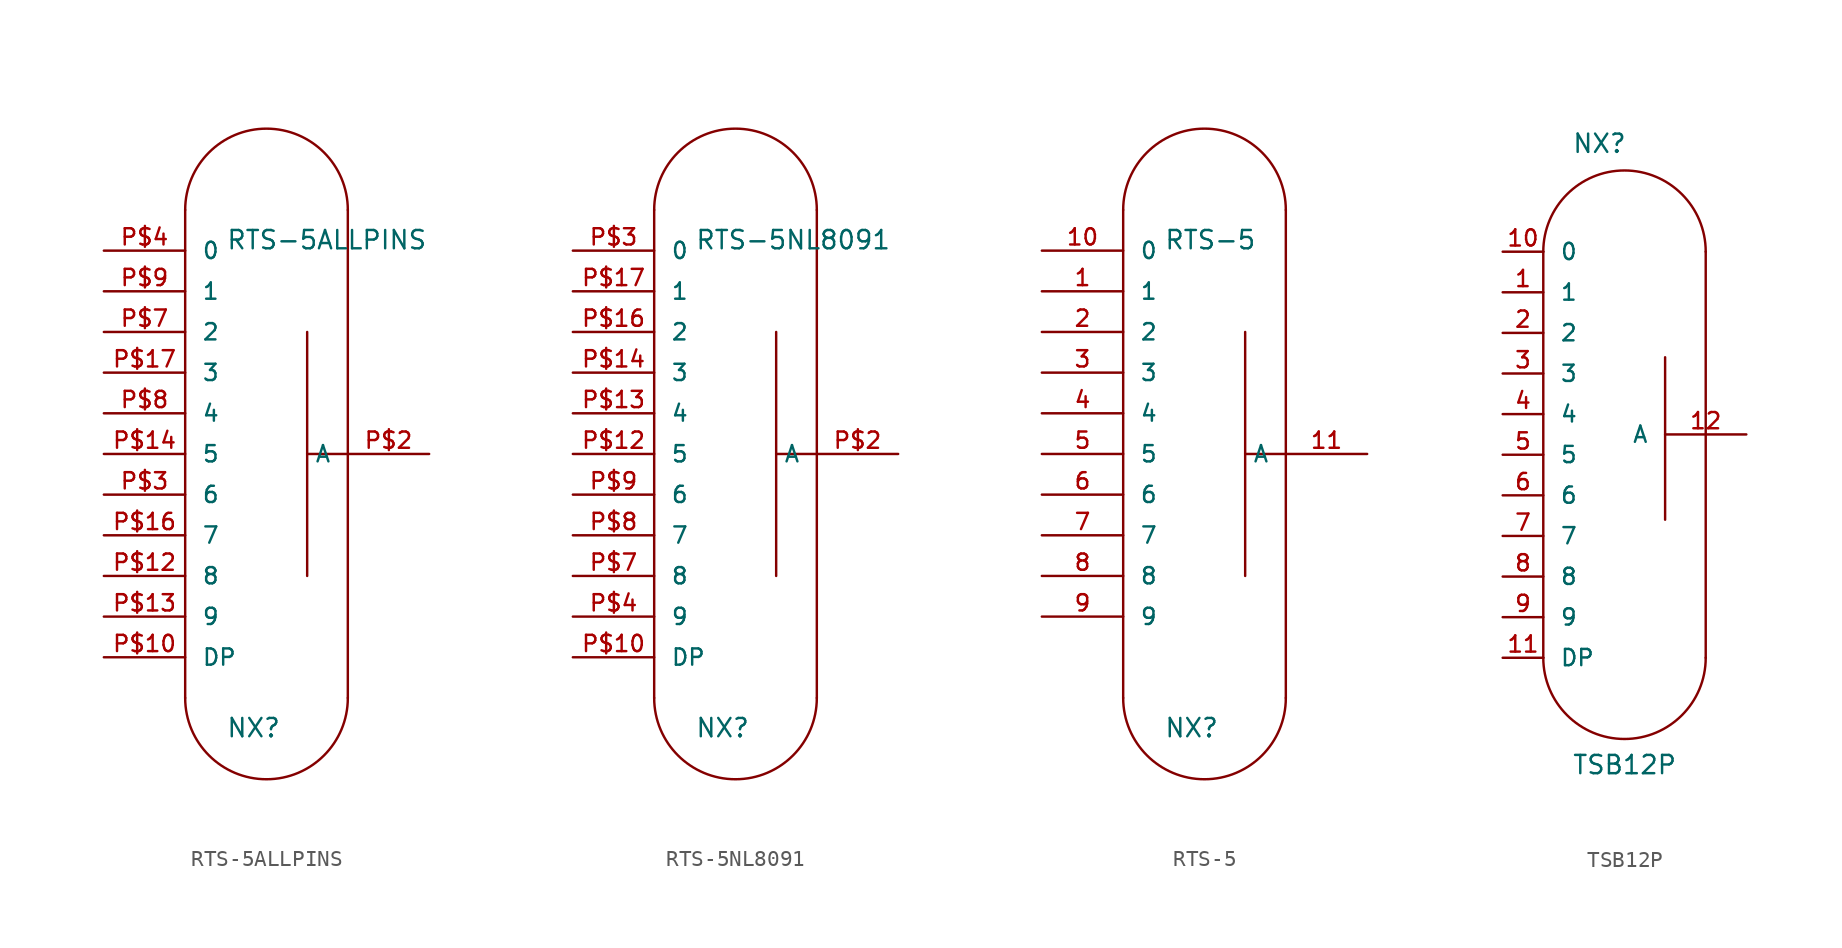
<source format=kicad_sym>
(kicad_symbol_lib
  (version 20241209)
  (generator "kicad_symbol_editor")
  (generator_version "9.0")
  (symbol "RTS-5ALLPINS"
    (pin_names
      (offset 1.016))
    (property "Reference" "NX"
      (at -2.54 -15.24 0)
      (effects (font (size 1.143 1.143)) (justify left bottom)))
    (property "Value" "RTS-5ALLPINS"
      (at -2.54 15.24 0)
      (effects (font (size 1.143 1.143)) (justify left bottom)))
    (property "ki_locked" ""
      (at 0 0 0)
      (effects (font (size 1.27 1.27))))
    (symbol "RTS-5ALLPINS_1_0"
      (polyline (pts (xy -5.08 17.78) (xy -5.08 -12.7)) (stroke (width 0) (type default)) (fill (type none)))
      (polyline (pts (xy 2.54 2.54) (xy 2.54 10.16)) (stroke (width 0) (type default)) (fill (type none)))
      (polyline (pts (xy 2.54 -5.08) (xy 2.54 2.54)) (stroke (width 0) (type default)) (fill (type none)))
      (polyline (pts (xy 5.08 17.78) (xy 5.08 2.54)) (stroke (width 0) (type default)) (fill (type none)))
      (polyline (pts (xy 5.08 2.54) (xy 2.54 2.54)) (stroke (width 0) (type default)) (fill (type none)))
      (polyline (pts (xy 5.08 2.54) (xy 5.08 -12.7)) (stroke (width 0) (type default)) (fill (type none))))
    (symbol "RTS-5ALLPINS_1_1"
      (arc (start -5.08 17.78) (mid 0 22.8378) (end 5.08 17.78) (stroke (width 0) (type default)) (fill (type none)))
      (arc (start 5.08 -12.7) (mid 0 -17.7578) (end -5.08 -12.7) (stroke (width 0) (type default)) (fill (type none)))
      (pin passive line (at -10.16 15.24 0) (length 5.08) (name "0" (effects (font (size 1.016 1.016)))) (number "P$4" (effects (font (size 1.016 1.016)))))
      (pin passive line (at -10.16 12.7 0) (length 5.08) (name "1" (effects (font (size 1.016 1.016)))) (number "P$9" (effects (font (size 1.016 1.016)))))
      (pin passive line (at -10.16 10.16 0) (length 5.08) (name "2" (effects (font (size 1.016 1.016)))) (number "P$7" (effects (font (size 1.016 1.016)))))
      (pin passive line (at -10.16 7.62 0) (length 5.08) (name "3" (effects (font (size 1.016 1.016)))) (number "P$17" (effects (font (size 1.016 1.016)))))
      (pin passive line (at -10.16 5.08 0) (length 5.08) (name "4" (effects (font (size 1.016 1.016)))) (number "P$8" (effects (font (size 1.016 1.016)))))
      (pin passive line (at -10.16 2.54 0) (length 5.08) (name "5" (effects (font (size 1.016 1.016)))) (number "P$14" (effects (font (size 1.016 1.016)))))
      (pin passive line (at -10.16 0 0) (length 5.08) (name "6" (effects (font (size 1.016 1.016)))) (number "P$3" (effects (font (size 1.016 1.016)))))
      (pin passive line (at -10.16 -2.54 0) (length 5.08) (name "7" (effects (font (size 1.016 1.016)))) (number "P$16" (effects (font (size 1.016 1.016)))))
      (pin passive line (at -10.16 -5.08 0) (length 5.08) (name "8" (effects (font (size 1.016 1.016)))) (number "P$12" (effects (font (size 1.016 1.016)))))
      (pin passive line (at -10.16 -7.62 0) (length 5.08) (name "9" (effects (font (size 1.016 1.016)))) (number "P$13" (effects (font (size 1.016 1.016)))))
      (pin passive line (at -10.16 -10.16 0) (length 5.08) (name "DP" (effects (font (size 1.016 1.016)))) (number "P$10" (effects (font (size 1.016 1.016)))))
      (pin passive line (at 10.16 2.54 180) (length 5.08) (name "A" (effects (font (size 1.016 1.016)))) (number "P$2" (effects (font (size 1.016 1.016)))))))
  (symbol "RTS-5NL8091"
    (pin_names
      (offset 1.016))
    (property "Reference" "NX"
      (at -2.54 -15.24 0)
      (effects (font (size 1.143 1.143)) (justify left bottom)))
    (property "Value" "RTS-5NL8091"
      (at -2.54 15.24 0)
      (effects (font (size 1.143 1.143)) (justify left bottom)))
    (property "ki_locked" ""
      (at 0 0 0)
      (effects (font (size 1.27 1.27))))
    (symbol "RTS-5NL8091_1_0"
      (polyline (pts (xy -5.08 17.78) (xy -5.08 -12.7)) (stroke (width 0) (type default)) (fill (type none)))
      (polyline (pts (xy 2.54 2.54) (xy 2.54 10.16)) (stroke (width 0) (type default)) (fill (type none)))
      (polyline (pts (xy 2.54 -5.08) (xy 2.54 2.54)) (stroke (width 0) (type default)) (fill (type none)))
      (polyline (pts (xy 5.08 17.78) (xy 5.08 2.54)) (stroke (width 0) (type default)) (fill (type none)))
      (polyline (pts (xy 5.08 2.54) (xy 2.54 2.54)) (stroke (width 0) (type default)) (fill (type none)))
      (polyline (pts (xy 5.08 2.54) (xy 5.08 -12.7)) (stroke (width 0) (type default)) (fill (type none))))
    (symbol "RTS-5NL8091_1_1"
      (arc (start -5.08 17.78) (mid 0 22.8378) (end 5.08 17.78) (stroke (width 0) (type default)) (fill (type none)))
      (arc (start 5.08 -12.7) (mid 0 -17.7578) (end -5.08 -12.7) (stroke (width 0) (type default)) (fill (type none)))
      (pin passive line (at -10.16 15.24 0) (length 5.08) (name "0" (effects (font (size 1.016 1.016)))) (number "P$3" (effects (font (size 1.016 1.016)))))
      (pin passive line (at -10.16 12.7 0) (length 5.08) (name "1" (effects (font (size 1.016 1.016)))) (number "P$17" (effects (font (size 1.016 1.016)))))
      (pin passive line (at -10.16 10.16 0) (length 5.08) (name "2" (effects (font (size 1.016 1.016)))) (number "P$16" (effects (font (size 1.016 1.016)))))
      (pin passive line (at -10.16 7.62 0) (length 5.08) (name "3" (effects (font (size 1.016 1.016)))) (number "P$14" (effects (font (size 1.016 1.016)))))
      (pin passive line (at -10.16 5.08 0) (length 5.08) (name "4" (effects (font (size 1.016 1.016)))) (number "P$13" (effects (font (size 1.016 1.016)))))
      (pin passive line (at -10.16 2.54 0) (length 5.08) (name "5" (effects (font (size 1.016 1.016)))) (number "P$12" (effects (font (size 1.016 1.016)))))
      (pin passive line (at -10.16 0 0) (length 5.08) (name "6" (effects (font (size 1.016 1.016)))) (number "P$9" (effects (font (size 1.016 1.016)))))
      (pin passive line (at -10.16 -2.54 0) (length 5.08) (name "7" (effects (font (size 1.016 1.016)))) (number "P$8" (effects (font (size 1.016 1.016)))))
      (pin passive line (at -10.16 -5.08 0) (length 5.08) (name "8" (effects (font (size 1.016 1.016)))) (number "P$7" (effects (font (size 1.016 1.016)))))
      (pin passive line (at -10.16 -7.62 0) (length 5.08) (name "9" (effects (font (size 1.016 1.016)))) (number "P$4" (effects (font (size 1.016 1.016)))))
      (pin passive line (at -10.16 -10.16 0) (length 5.08) (name "DP" (effects (font (size 1.016 1.016)))) (number "P$10" (effects (font (size 1.016 1.016)))))
      (pin passive line (at 10.16 2.54 180) (length 5.08) (name "A" (effects (font (size 1.016 1.016)))) (number "P$2" (effects (font (size 1.016 1.016)))))))
  (symbol "RTS-5"
    (pin_names
      (offset 1.016))
    (property "Reference" "NX"
      (at -2.54 -15.24 0)
      (effects (font (size 1.143 1.143)) (justify left bottom)))
    (property "Value" "RTS-5"
      (at -2.54 15.24 0)
      (effects (font (size 1.143 1.143)) (justify left bottom)))
    (property "ki_locked" ""
      (at 0 0 0)
      (effects (font (size 1.27 1.27))))
    (symbol "RTS-5_1_0"
      (polyline (pts (xy -5.08 17.78) (xy -5.08 -12.7)) (stroke (width 0) (type default)) (fill (type none)))
      (polyline (pts (xy 2.54 2.54) (xy 2.54 10.16)) (stroke (width 0) (type default)) (fill (type none)))
      (polyline (pts (xy 2.54 -5.08) (xy 2.54 2.54)) (stroke (width 0) (type default)) (fill (type none)))
      (polyline (pts (xy 5.08 17.78) (xy 5.08 2.54)) (stroke (width 0) (type default)) (fill (type none)))
      (polyline (pts (xy 5.08 2.54) (xy 2.54 2.54)) (stroke (width 0) (type default)) (fill (type none)))
      (polyline (pts (xy 5.08 2.54) (xy 5.08 -12.7)) (stroke (width 0) (type default)) (fill (type none))))
    (symbol "RTS-5_1_1"
      (arc (start -5.08 17.78) (mid 0 22.8378) (end 5.08 17.78) (stroke (width 0) (type default)) (fill (type none)))
      (arc (start 5.08 -12.7) (mid 0 -17.7578) (end -5.08 -12.7) (stroke (width 0) (type default)) (fill (type none)))
      (pin passive line (at -10.16 15.24 0) (length 5.08) (name "0" (effects (font (size 1.016 1.016)))) (number "10" (effects (font (size 1.016 1.016)))))
      (pin passive line (at -10.16 12.7 0) (length 5.08) (name "1" (effects (font (size 1.016 1.016)))) (number "1" (effects (font (size 1.016 1.016)))))
      (pin passive line (at -10.16 10.16 0) (length 5.08) (name "2" (effects (font (size 1.016 1.016)))) (number "2" (effects (font (size 1.016 1.016)))))
      (pin passive line (at -10.16 7.62 0) (length 5.08) (name "3" (effects (font (size 1.016 1.016)))) (number "3" (effects (font (size 1.016 1.016)))))
      (pin passive line (at -10.16 5.08 0) (length 5.08) (name "4" (effects (font (size 1.016 1.016)))) (number "4" (effects (font (size 1.016 1.016)))))
      (pin passive line (at -10.16 2.54 0) (length 5.08) (name "5" (effects (font (size 1.016 1.016)))) (number "5" (effects (font (size 1.016 1.016)))))
      (pin passive line (at -10.16 0 0) (length 5.08) (name "6" (effects (font (size 1.016 1.016)))) (number "6" (effects (font (size 1.016 1.016)))))
      (pin passive line (at -10.16 -2.54 0) (length 5.08) (name "7" (effects (font (size 1.016 1.016)))) (number "7" (effects (font (size 1.016 1.016)))))
      (pin passive line (at -10.16 -5.08 0) (length 5.08) (name "8" (effects (font (size 1.016 1.016)))) (number "8" (effects (font (size 1.016 1.016)))))
      (pin passive line (at -10.16 -7.62 0) (length 5.08) (name "9" (effects (font (size 1.016 1.016)))) (number "9" (effects (font (size 1.016 1.016)))))
      (pin passive line (at 10.16 2.54 180) (length 5.08) (name "A" (effects (font (size 1.016 1.016)))) (number "11" (effects (font (size 1.016 1.016)))))))
  (symbol "TSB12P"
    (pin_names
      (offset 1.016))
    (property "Reference" "NX"
      (at -38.862 41.656 0)
      (effects (font (size 1.143 1.143)) (justify left bottom)))
    (property "Value" "TSB12P"
      (at -38.862 2.794 0)
      (effects (font (size 1.143 1.143)) (justify left bottom)))
    (property "ki_locked" ""
      (at 0 0 0)
      (effects (font (size 1.27 1.27))))
    (symbol "TSB12P_1_0"
      (polyline (pts (xy -40.64 35.56) (xy -40.64 10.16)) (stroke (width 0) (type default)) (fill (type none)))
      (polyline (pts (xy -33.02 28.956) (xy -33.02 18.796)) (stroke (width 0) (type default)) (fill (type none)))
      (polyline (pts (xy -30.48 35.56) (xy -30.48 10.16)) (stroke (width 0) (type default)) (fill (type none))))
    (symbol "TSB12P_1_1"
      (arc (start -40.64 35.56) (mid -35.56 40.6178) (end -30.48 35.56) (stroke (width 0) (type default)) (fill (type none)))
      (arc (start -30.48 10.16) (mid -35.56 5.1021) (end -40.64 10.16) (stroke (width 0) (type default)) (fill (type none)))
      (pin passive line (at -43.18 35.56 0) (length 2.54) (name "0" (effects (font (size 1.016 1.016)))) (number "10" (effects (font (size 1.016 1.016)))))
      (pin passive line (at -43.18 33.02 0) (length 2.54) (name "1" (effects (font (size 1.016 1.016)))) (number "1" (effects (font (size 1.016 1.016)))))
      (pin passive line (at -43.18 30.48 0) (length 2.54) (name "2" (effects (font (size 1.016 1.016)))) (number "2" (effects (font (size 1.016 1.016)))))
      (pin passive line (at -43.18 27.94 0) (length 2.54) (name "3" (effects (font (size 1.016 1.016)))) (number "3" (effects (font (size 1.016 1.016)))))
      (pin passive line (at -43.18 25.4 0) (length 2.54) (name "4" (effects (font (size 1.016 1.016)))) (number "4" (effects (font (size 1.016 1.016)))))
      (pin passive line (at -43.18 22.86 0) (length 2.54) (name "5" (effects (font (size 1.016 1.016)))) (number "5" (effects (font (size 1.016 1.016)))))
      (pin passive line (at -43.18 20.32 0) (length 2.54) (name "6" (effects (font (size 1.016 1.016)))) (number "6" (effects (font (size 1.016 1.016)))))
      (pin passive line (at -43.18 17.78 0) (length 2.54) (name "7" (effects (font (size 1.016 1.016)))) (number "7" (effects (font (size 1.016 1.016)))))
      (pin passive line (at -43.18 15.24 0) (length 2.54) (name "8" (effects (font (size 1.016 1.016)))) (number "8" (effects (font (size 1.016 1.016)))))
      (pin passive line (at -43.18 12.7 0) (length 2.54) (name "9" (effects (font (size 1.016 1.016)))) (number "9" (effects (font (size 1.016 1.016)))))
      (pin passive line (at -43.18 10.16 0) (length 2.54) (name "DP" (effects (font (size 1.016 1.016)))) (number "11" (effects (font (size 1.016 1.016)))))
      (pin passive line (at -27.94 24.13 180) (length 5.08) (name "A" (effects (font (size 1.016 1.016)))) (number "12" (effects (font (size 1.016 1.016))))))))
</source>
